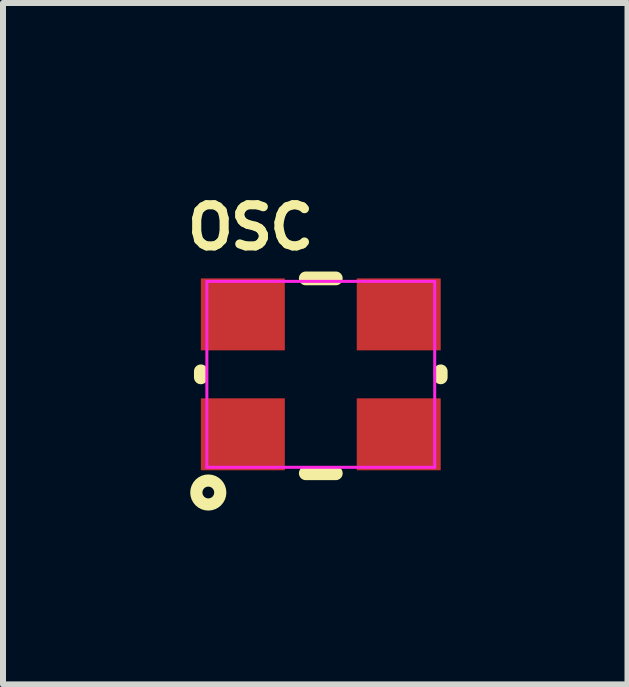
<source format=kicad_pcb>
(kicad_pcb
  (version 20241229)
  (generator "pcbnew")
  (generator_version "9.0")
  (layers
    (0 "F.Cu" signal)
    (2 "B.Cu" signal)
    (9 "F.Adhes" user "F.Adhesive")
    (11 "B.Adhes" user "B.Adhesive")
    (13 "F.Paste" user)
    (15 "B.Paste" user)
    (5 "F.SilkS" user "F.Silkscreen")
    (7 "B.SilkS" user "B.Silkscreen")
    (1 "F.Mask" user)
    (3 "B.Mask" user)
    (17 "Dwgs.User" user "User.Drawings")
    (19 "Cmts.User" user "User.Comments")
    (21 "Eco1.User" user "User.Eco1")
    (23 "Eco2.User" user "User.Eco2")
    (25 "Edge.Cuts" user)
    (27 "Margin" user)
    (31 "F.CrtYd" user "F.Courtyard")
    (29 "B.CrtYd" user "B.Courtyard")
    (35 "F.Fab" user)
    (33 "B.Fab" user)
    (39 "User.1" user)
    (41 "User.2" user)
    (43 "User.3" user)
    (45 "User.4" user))
  (footprint "OSC"
    (layer "F.Cu")
    (at 2.3 3.193)
    (property "Reference" "OSC" (at -2.3 -2.05 0) (unlocked yes) (layer "F.SilkS") (effects (font (size 0.686 0.686) (thickness 0.152)) (justify left bottom)))
    (fp_line (start -2 -0.05) (end -2 0.05) (stroke (width 0.23) (type solid)) (layer "F.SilkS"))
    (fp_line (start 0.25 -1.6) (end -0.25 -1.6) (stroke (width 0.23) (type solid)) (layer "F.SilkS"))
    (fp_line (start 0.25 1.65) (end -0.25 1.65) (stroke (width 0.23) (type solid)) (layer "F.SilkS"))
    (fp_line (start 2 -0.05) (end 2 0.05) (stroke (width 0.23) (type solid)) (layer "F.SilkS"))
    (fp_circle (center -1.876 1.971) (end -1.779 1.955) (stroke (width 0.203) (type solid)) (fill no) (layer "F.SilkS"))
    (fp_line (start -1.9 -1.55) (end -1.9 1.55) (stroke (width 0.05) (type solid)) (layer "F.CrtYd"))
    (fp_line (start 1.9 -1.55) (end -1.9 -1.55) (stroke (width 0.05) (type solid)) (layer "F.CrtYd"))
    (fp_line (start 1.9 -1.55) (end 1.9 1.55) (stroke (width 0.05) (type solid)) (layer "F.CrtYd"))
    (fp_line (start 1.9 1.55) (end -1.9 1.55) (stroke (width 0.05) (type solid)) (layer "F.CrtYd"))
    (pad "1" smd rect (at -1.3 1 180) (size 1.4 1.2) (layers "F.Cu" "F.Mask" "F.Paste"))
    (pad "2" smd rect (at 1.3 1 180) (size 1.4 1.2) (layers "F.Cu" "F.Mask" "F.Paste"))
    (pad "3" smd rect (at 1.3 -1 180) (size 1.4 1.2) (layers "F.Cu" "F.Mask" "F.Paste"))
    (pad "4" smd rect (at -1.3 -1 180) (size 1.4 1.2) (layers "F.Cu" "F.Mask" "F.Paste")))
  (gr_rect
    (start -3 -3)
    (end 7.415 8.364)
    (stroke (width 0.1) (type default))
    (fill no)
    (layer "Edge.Cuts")))
</source>
